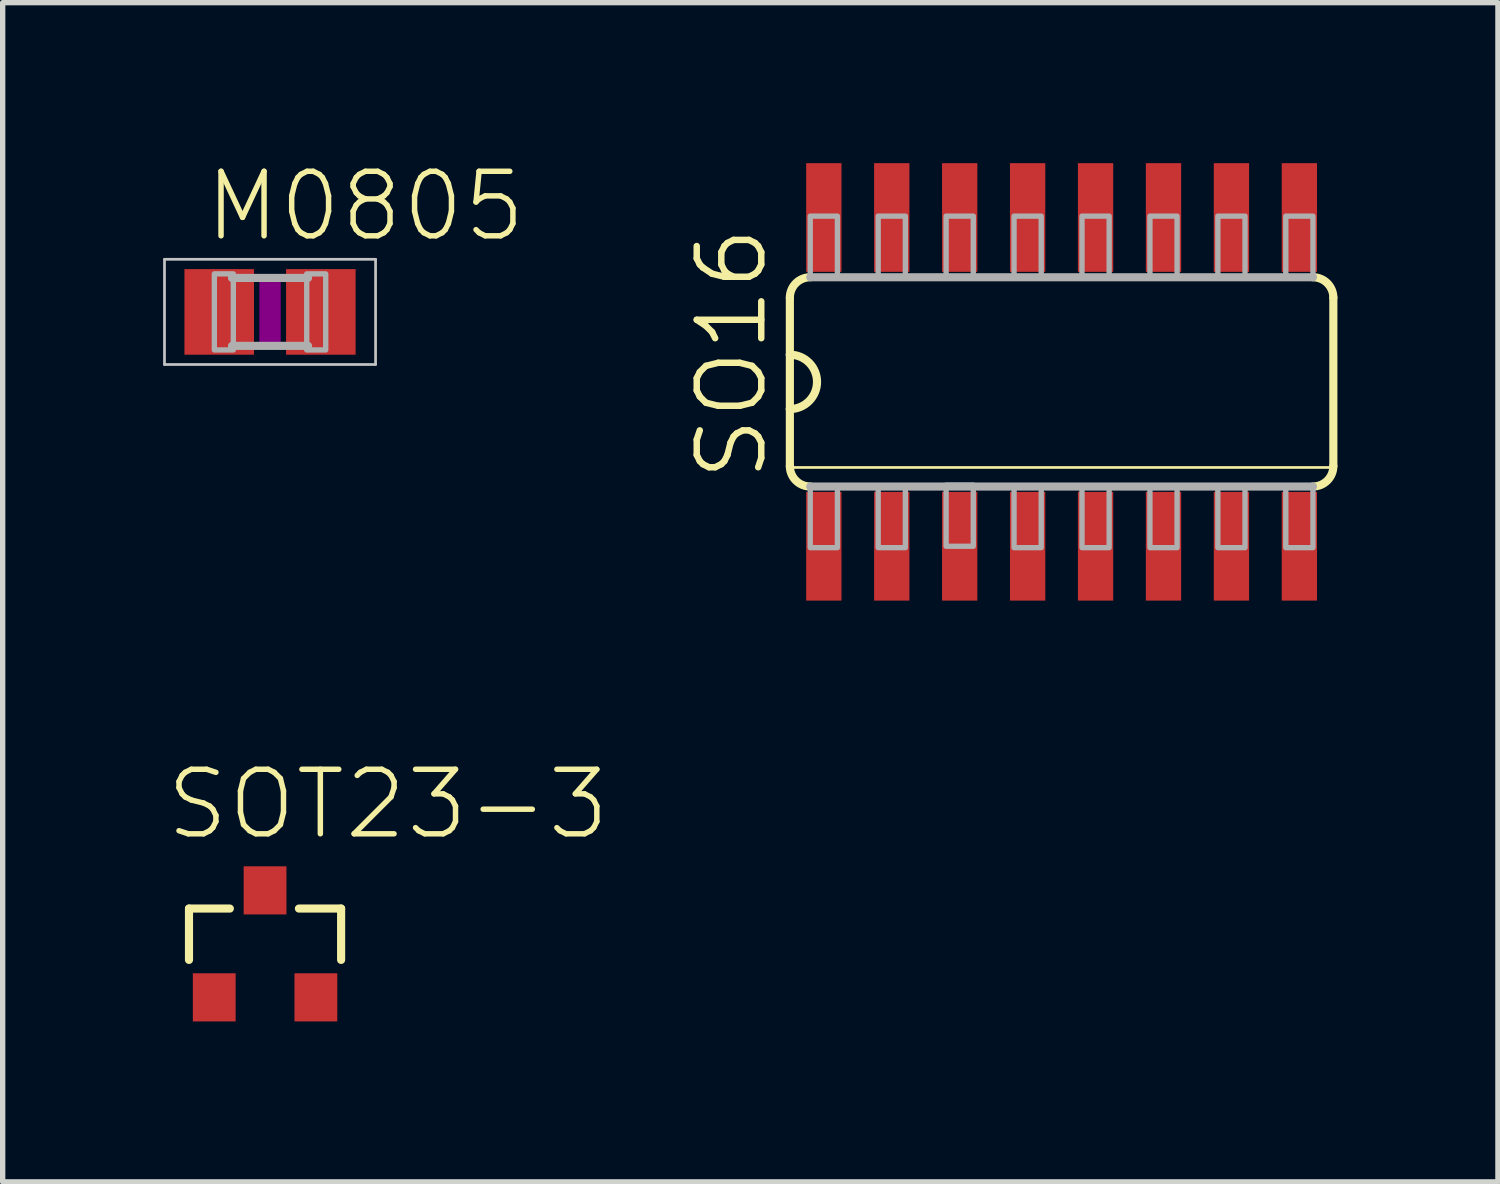
<source format=kicad_pcb>
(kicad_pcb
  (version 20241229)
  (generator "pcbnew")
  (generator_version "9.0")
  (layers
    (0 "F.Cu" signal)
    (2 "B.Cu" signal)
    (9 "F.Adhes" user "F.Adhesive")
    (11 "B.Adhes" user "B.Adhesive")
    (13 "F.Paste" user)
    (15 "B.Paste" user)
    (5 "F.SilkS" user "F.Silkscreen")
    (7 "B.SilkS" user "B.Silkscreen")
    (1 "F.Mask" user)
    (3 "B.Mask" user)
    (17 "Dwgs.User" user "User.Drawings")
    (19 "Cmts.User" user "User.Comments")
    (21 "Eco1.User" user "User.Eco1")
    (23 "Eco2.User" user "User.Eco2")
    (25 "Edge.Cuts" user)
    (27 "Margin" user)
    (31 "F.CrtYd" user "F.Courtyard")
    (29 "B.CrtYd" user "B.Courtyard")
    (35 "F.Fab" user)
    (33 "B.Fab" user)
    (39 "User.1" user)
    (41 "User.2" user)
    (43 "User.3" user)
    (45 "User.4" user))
  (footprint "M0805"
    (layer "F.Cu")
    (at 1.998 2.781)
    (property "Reference" "M0805" (at -1.27 -1.27 0) (layer "F.SilkS") (effects (font (size 1.206 1.206) (thickness 0.102)) (justify left bottom)))
    (attr through_hole)
    (fp_poly (pts (xy -0.2 0.6) (xy 0.2 0.6) (xy 0.2 -0.6) (xy -0.2 -0.6)) (stroke (width 0) (type solid)) (fill yes) (layer "F.Adhes"))
    (fp_line (start -1.973 -0.983) (end 1.973 -0.983) (stroke (width 0.051) (type solid)) (layer "Dwgs.User"))
    (fp_line (start -1.973 0.983) (end -1.973 -0.983) (stroke (width 0.051) (type solid)) (layer "Dwgs.User"))
    (fp_line (start 1.973 -0.983) (end 1.973 0.983) (stroke (width 0.051) (type solid)) (layer "Dwgs.User"))
    (fp_line (start 1.973 0.983) (end -1.973 0.983) (stroke (width 0.051) (type solid)) (layer "Dwgs.User"))
    (fp_line (start 0.711 -0.635) (end -0.711 -0.635) (stroke (width 0.152) (type solid)) (layer "F.Fab"))
    (fp_line (start 0.711 0.635) (end -0.711 0.635) (stroke (width 0.152) (type solid)) (layer "F.Fab"))
    (fp_poly (pts (xy -1.041 0.711) (xy -0.686 0.711) (xy -0.686 -0.711) (xy -1.041 -0.711)) (stroke (width 0.1) (type solid)) (fill no) (layer "F.Fab"))
    (fp_poly (pts (xy 0.686 0.711) (xy 1.041 0.711) (xy 1.041 -0.711) (xy 0.686 -0.711)) (stroke (width 0.1) (type solid)) (fill no) (layer "F.Fab"))
    (pad "1" smd rect (at -0.95 0) (size 1.3 1.6) (layers "F.Cu" "F.Mask" "F.Paste"))
    (pad "2" smd rect (at 0.95 0) (size 1.3 1.6) (layers "F.Cu" "F.Mask" "F.Paste")))
  (footprint "SOT23-3"
    (layer "F.Cu")
    (at 1.905 14.595)
    (property "Reference" "SOT23-3" (at -1.905 -1.905 0) (layer "F.SilkS") (effects (font (size 1.206 1.206) (thickness 0.102)) (justify left bottom)))
    (attr through_hole)
    (fp_line (start -1.422 -0.66) (end -0.658 -0.66) (stroke (width 0.152) (type solid)) (layer "F.SilkS"))
    (fp_line (start -1.422 0.3) (end -1.422 -0.66) (stroke (width 0.152) (type solid)) (layer "F.SilkS"))
    (fp_line (start 0.633 -0.66) (end 1.422 -0.66) (stroke (width 0.152) (type solid)) (layer "F.SilkS"))
    (fp_line (start 1.422 -0.66) (end 1.422 0.3) (stroke (width 0.152) (type solid)) (layer "F.SilkS"))
    (pad "1" smd rect (at -0.95 1) (size 0.8 0.9) (layers "F.Cu" "F.Mask" "F.Paste"))
    (pad "2" smd rect (at 0.95 1) (size 0.8 0.9) (layers "F.Cu" "F.Mask" "F.Paste"))
    (pad "3" smd rect (at 0 -1) (size 0.8 0.9) (layers "F.Cu" "F.Mask" "F.Paste")))
  (footprint "SO16"
    (layer "F.Cu")
    (at 16.796 4.089)
    (property "Reference" "SO16" (at -5.461 1.905 90) (layer "F.SilkS") (effects (font (size 1.206 1.206) (thickness 0.121)) (justify left bottom)))
    (attr through_hole)
    (fp_line (start -5.08 -1.575) (end -5.08 -0.508) (stroke (width 0.152) (type solid)) (layer "F.SilkS"))
    (fp_line (start -5.08 -0.508) (end -5.08 0.508) (stroke (width 0.152) (type solid)) (layer "F.SilkS"))
    (fp_line (start -5.08 0.508) (end -5.08 1.575) (stroke (width 0.152) (type solid)) (layer "F.SilkS"))
    (fp_line (start -5.08 1.6) (end 5.08 1.6) (stroke (width 0.051) (type solid)) (layer "F.SilkS"))
    (fp_line (start 5.08 1.575) (end 5.08 -1.575) (stroke (width 0.152) (type solid)) (layer "F.SilkS"))
    (fp_arc (start -5.08 -1.5748) (mid -4.968408 -1.844208) (end -4.699 -1.9558) (stroke (width 0.1524) (type solid)) (layer "F.SilkS"))
    (fp_arc (start -5.08 -0.508) (mid -4.572 0) (end -5.08 0.508) (stroke (width 0.1524) (type solid)) (layer "F.SilkS"))
    (fp_arc (start -4.699 1.9558) (mid -4.968408 1.844208) (end -5.08 1.5748) (stroke (width 0.1524) (type solid)) (layer "F.SilkS"))
    (fp_arc (start 4.699 -1.9558) (mid 4.968408 -1.844208) (end 5.08 -1.5748) (stroke (width 0.1524) (type solid)) (layer "F.SilkS"))
    (fp_arc (start 5.08 1.5748) (mid 4.968408 1.844208) (end 4.699 1.9558) (stroke (width 0.1524) (type solid)) (layer "F.SilkS"))
    (fp_line (start -4.699 1.956) (end 4.699 1.956) (stroke (width 0.152) (type solid)) (layer "F.Fab"))
    (fp_line (start 4.699 -1.956) (end -4.699 -1.956) (stroke (width 0.152) (type solid)) (layer "F.Fab"))
    (fp_poly (pts (xy -4.699 -1.956) (xy -4.191 -1.956) (xy -4.191 -3.099) (xy -4.699 -3.099)) (stroke (width 0.1) (type solid)) (fill no) (layer "F.Fab"))
    (fp_poly (pts (xy -4.699 3.099) (xy -4.191 3.099) (xy -4.191 1.956) (xy -4.699 1.956)) (stroke (width 0.1) (type solid)) (fill no) (layer "F.Fab"))
    (fp_poly (pts (xy -3.429 -1.956) (xy -2.921 -1.956) (xy -2.921 -3.099) (xy -3.429 -3.099)) (stroke (width 0.1) (type solid)) (fill no) (layer "F.Fab"))
    (fp_poly (pts (xy -3.429 3.099) (xy -2.921 3.099) (xy -2.921 1.956) (xy -3.429 1.956)) (stroke (width 0.1) (type solid)) (fill no) (layer "F.Fab"))
    (fp_poly (pts (xy -2.159 -1.956) (xy -1.651 -1.956) (xy -1.651 -3.099) (xy -2.159 -3.099)) (stroke (width 0.1) (type solid)) (fill no) (layer "F.Fab"))
    (fp_poly (pts (xy -2.159 3.073) (xy -1.651 3.073) (xy -1.651 1.93) (xy -2.159 1.93)) (stroke (width 0.1) (type solid)) (fill no) (layer "F.Fab"))
    (fp_poly (pts (xy -0.889 -1.956) (xy -0.381 -1.956) (xy -0.381 -3.099) (xy -0.889 -3.099)) (stroke (width 0.1) (type solid)) (fill no) (layer "F.Fab"))
    (fp_poly (pts (xy -0.889 3.099) (xy -0.381 3.099) (xy -0.381 1.956) (xy -0.889 1.956)) (stroke (width 0.1) (type solid)) (fill no) (layer "F.Fab"))
    (fp_poly (pts (xy 0.381 -1.956) (xy 0.889 -1.956) (xy 0.889 -3.099) (xy 0.381 -3.099)) (stroke (width 0.1) (type solid)) (fill no) (layer "F.Fab"))
    (fp_poly (pts (xy 0.381 3.099) (xy 0.889 3.099) (xy 0.889 1.956) (xy 0.381 1.956)) (stroke (width 0.1) (type solid)) (fill no) (layer "F.Fab"))
    (fp_poly (pts (xy 1.651 -1.956) (xy 2.159 -1.956) (xy 2.159 -3.099) (xy 1.651 -3.099)) (stroke (width 0.1) (type solid)) (fill no) (layer "F.Fab"))
    (fp_poly (pts (xy 1.651 3.099) (xy 2.159 3.099) (xy 2.159 1.956) (xy 1.651 1.956)) (stroke (width 0.1) (type solid)) (fill no) (layer "F.Fab"))
    (fp_poly (pts (xy 2.921 -1.956) (xy 3.429 -1.956) (xy 3.429 -3.099) (xy 2.921 -3.099)) (stroke (width 0.1) (type solid)) (fill no) (layer "F.Fab"))
    (fp_poly (pts (xy 2.921 3.099) (xy 3.429 3.099) (xy 3.429 1.956) (xy 2.921 1.956)) (stroke (width 0.1) (type solid)) (fill no) (layer "F.Fab"))
    (fp_poly (pts (xy 4.191 -1.956) (xy 4.699 -1.956) (xy 4.699 -3.099) (xy 4.191 -3.099)) (stroke (width 0.1) (type solid)) (fill no) (layer "F.Fab"))
    (fp_poly (pts (xy 4.191 3.099) (xy 4.699 3.099) (xy 4.699 1.956) (xy 4.191 1.956)) (stroke (width 0.1) (type solid)) (fill no) (layer "F.Fab"))
    (pad "1" smd rect (at -4.445 3.073) (size 0.66 2.032) (layers "F.Cu" "F.Mask" "F.Paste"))
    (pad "2" smd rect (at -3.175 3.073) (size 0.66 2.032) (layers "F.Cu" "F.Mask" "F.Paste"))
    (pad "3" smd rect (at -1.905 3.073) (size 0.66 2.032) (layers "F.Cu" "F.Mask" "F.Paste"))
    (pad "4" smd rect (at -0.635 3.073) (size 0.66 2.032) (layers "F.Cu" "F.Mask" "F.Paste"))
    (pad "5" smd rect (at 0.635 3.073) (size 0.66 2.032) (layers "F.Cu" "F.Mask" "F.Paste"))
    (pad "6" smd rect (at 1.905 3.073) (size 0.66 2.032) (layers "F.Cu" "F.Mask" "F.Paste"))
    (pad "7" smd rect (at 3.175 3.073) (size 0.66 2.032) (layers "F.Cu" "F.Mask" "F.Paste"))
    (pad "8" smd rect (at 4.445 3.073) (size 0.66 2.032) (layers "F.Cu" "F.Mask" "F.Paste"))
    (pad "9" smd rect (at 4.445 -3.073) (size 0.66 2.032) (layers "F.Cu" "F.Mask" "F.Paste"))
    (pad "10" smd rect (at 3.175 -3.073) (size 0.66 2.032) (layers "F.Cu" "F.Mask" "F.Paste"))
    (pad "11" smd rect (at 1.905 -3.073) (size 0.66 2.032) (layers "F.Cu" "F.Mask" "F.Paste"))
    (pad "12" smd rect (at 0.635 -3.073) (size 0.66 2.032) (layers "F.Cu" "F.Mask" "F.Paste"))
    (pad "13" smd rect (at -0.635 -3.073) (size 0.66 2.032) (layers "F.Cu" "F.Mask" "F.Paste"))
    (pad "14" smd rect (at -1.905 -3.073) (size 0.66 2.032) (layers "F.Cu" "F.Mask" "F.Paste"))
    (pad "15" smd rect (at -3.175 -3.073) (size 0.66 2.032) (layers "F.Cu" "F.Mask" "F.Paste"))
    (pad "16" smd rect (at -4.445 -3.073) (size 0.66 2.032) (layers "F.Cu" "F.Mask" "F.Paste")))
  (gr_rect
    (start -3 -3)
    (end 24.953 19.045)
    (stroke (width 0.1) (type default))
    (fill no)
    (layer "Edge.Cuts")))
</source>
